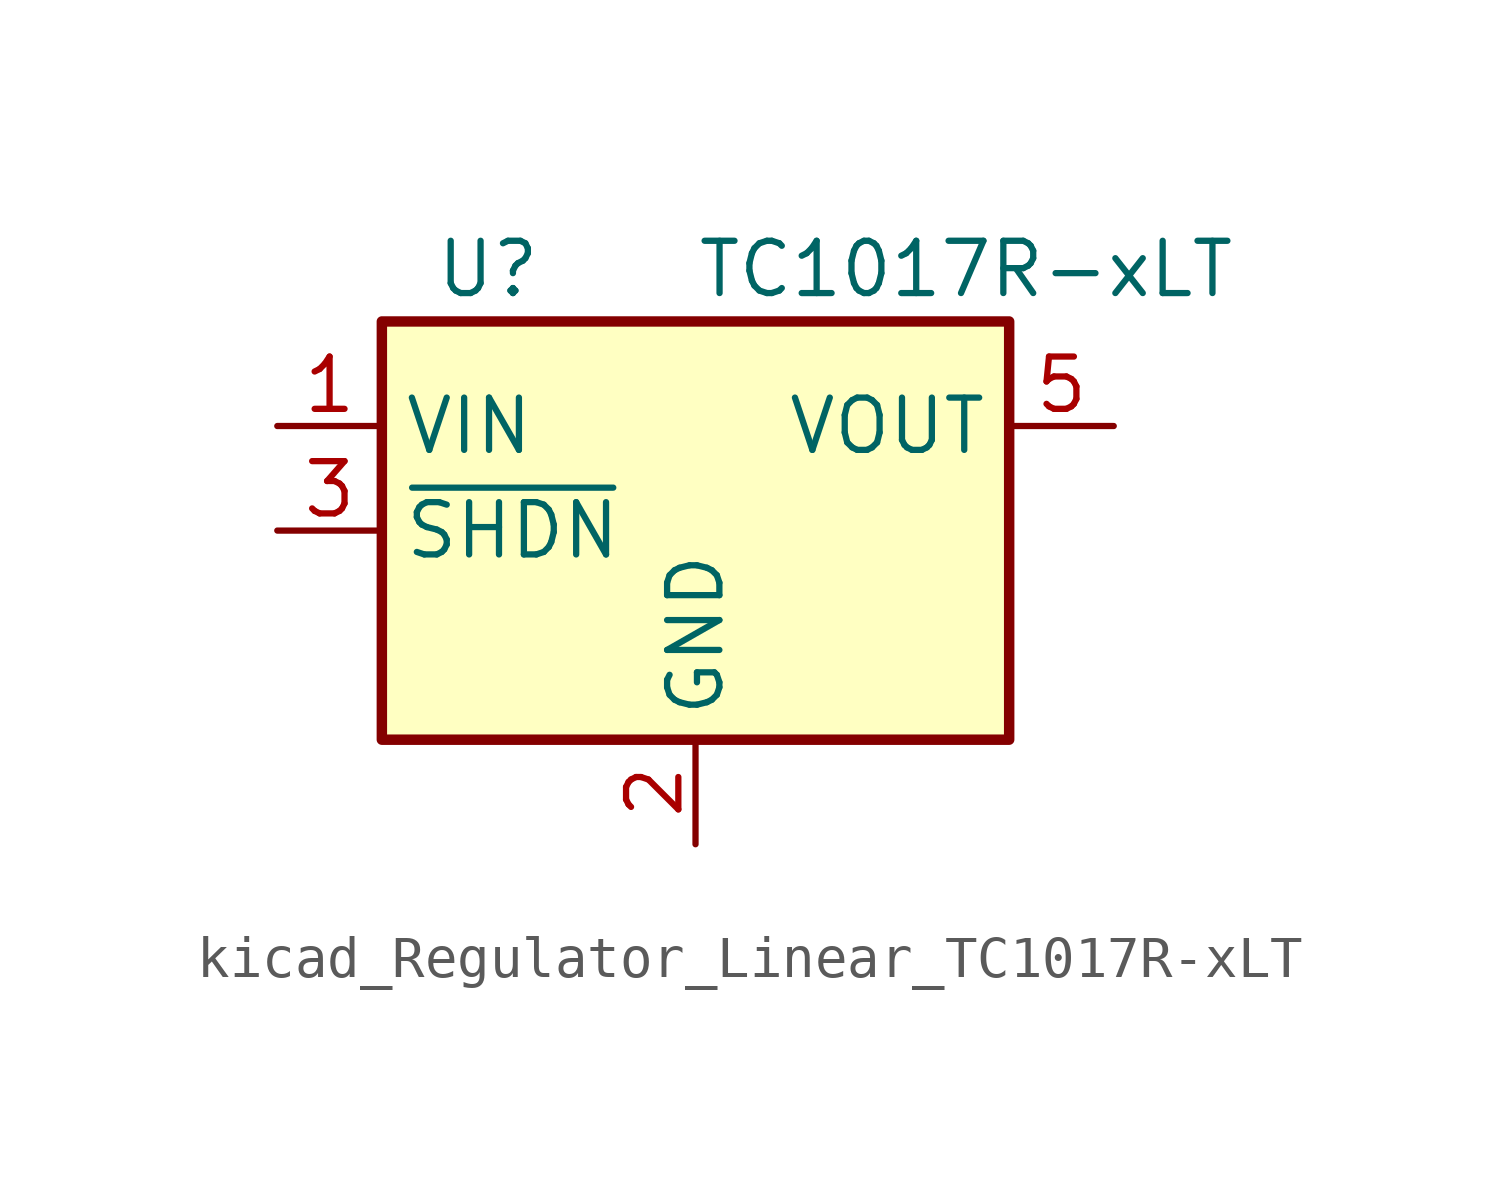
<source format=kicad_sym>
(kicad_symbol_lib
  (version 20220914)
  (generator kicad_symbol_editor)
  (symbol "kicad_Regulator_Linear_TC1017R-xLT"
    (property "Reference" "U"
      (at -6.35 6.35 0)
      (effects (font (size 1.27 1.27)) (justify left)))
    (property "Value" "TC1017R-xLT"
      (at 0 6.35 0)
      (effects (font (size 1.27 1.27)) (justify left)))
    (symbol "kicad_Regulator_Linear_TC1017R-xLT_0_1"
      (rectangle (start -7.62 5.08) (end 7.62 -5.08) (stroke (width 0.254) (type default)) (fill (type background))))
    (symbol "kicad_Regulator_Linear_TC1017R-xLT_1_1"
      (pin power_in line (at -10.16 2.54 0) (length 2.54) (name "VIN" (effects (font (size 1.27 1.27)))) (number "1" (effects (font (size 1.27 1.27)))))
      (pin power_in line (at 0 -7.62 90) (length 2.54) (name "GND" (effects (font (size 1.27 1.27)))) (number "2" (effects (font (size 1.27 1.27)))))
      (pin input line (at -10.16 0 0) (length 2.54) (name "~{SHDN}" (effects (font (size 1.27 1.27)))) (number "3" (effects (font (size 1.27 1.27)))))
      (pin no_connect line (at 7.62 0 180) (length 2.54) hide (name "NC" (effects (font (size 1.27 1.27)))) (number "4" (effects (font (size 1.27 1.27)))))
      (pin power_out line (at 10.16 2.54 180) (length 2.54) (name "VOUT" (effects (font (size 1.27 1.27)))) (number "5" (effects (font (size 1.27 1.27))))))))
</source>
